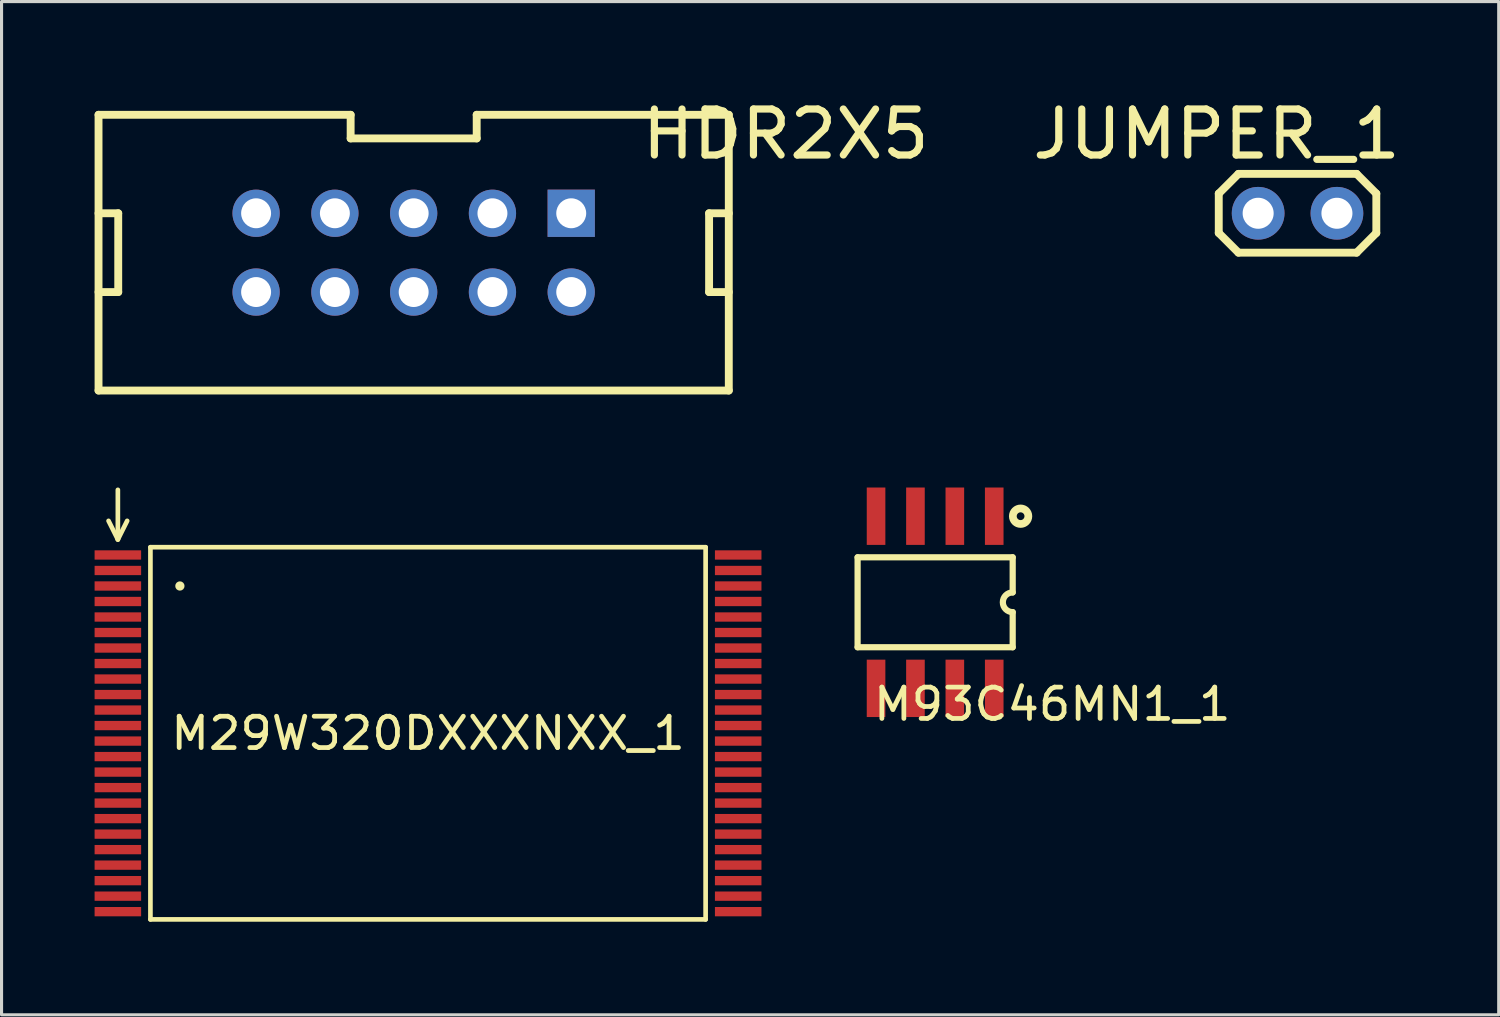
<source format=kicad_pcb>
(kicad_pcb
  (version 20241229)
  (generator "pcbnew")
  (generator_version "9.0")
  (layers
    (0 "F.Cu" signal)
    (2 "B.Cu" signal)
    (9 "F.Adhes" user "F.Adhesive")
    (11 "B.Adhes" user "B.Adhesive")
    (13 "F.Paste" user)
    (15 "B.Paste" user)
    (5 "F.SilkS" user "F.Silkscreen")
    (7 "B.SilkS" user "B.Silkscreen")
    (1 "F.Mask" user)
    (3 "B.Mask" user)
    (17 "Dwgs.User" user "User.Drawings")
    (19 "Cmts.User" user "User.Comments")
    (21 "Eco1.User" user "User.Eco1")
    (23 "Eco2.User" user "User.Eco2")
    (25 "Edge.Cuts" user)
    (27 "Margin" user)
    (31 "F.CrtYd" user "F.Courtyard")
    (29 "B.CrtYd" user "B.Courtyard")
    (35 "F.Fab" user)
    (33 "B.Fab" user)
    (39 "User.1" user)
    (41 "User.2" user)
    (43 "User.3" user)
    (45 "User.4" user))
  (footprint "M93C46MN1_1"
    (layer "F.Cu")
    (at 27.1 16.368)
    (property "Reference" "M93C46MN1_1" (at 3.775 3.286 0) (unlocked yes) (layer "F.SilkS") (effects (font (size 1.01 1.063) (thickness 0.154))))
    (fp_line (start -2.5 -1.45) (end -2.5 1.45) (stroke (width 0.2) (type solid)) (layer "F.SilkS"))
    (fp_line (start 2.5 -1.45) (end -2.5 -1.45) (stroke (width 0.2) (type solid)) (layer "F.SilkS"))
    (fp_line (start 2.5 -1.45) (end 2.5 -0.318) (stroke (width 0.2) (type solid)) (layer "F.SilkS"))
    (fp_line (start 2.5 0.318) (end 2.5 1.45) (stroke (width 0.2) (type solid)) (layer "F.SilkS"))
    (fp_line (start 2.5 1.45) (end -2.5 1.45) (stroke (width 0.2) (type solid)) (layer "F.SilkS"))
    (fp_arc (start 2.5 0.3175) (mid 2.1825 0) (end 2.5 -0.3175) (stroke (width 0.2) (type solid)) (layer "F.SilkS"))
    (fp_arc (start 2.63002 -2.775) (mid 2.88 -2.775) (end 2.63002 -2.775) (stroke (width 0.24999) (type solid)) (layer "F.SilkS"))
    (pad "1" smd rect (at 1.905 -2.775 180) (size 0.6 1.85) (layers "F.Cu" "F.Mask" "F.Paste"))
    (pad "2" smd rect (at 0.635 -2.775 180) (size 0.6 1.85) (layers "F.Cu" "F.Mask" "F.Paste"))
    (pad "3" smd rect (at -0.635 -2.775 180) (size 0.6 1.85) (layers "F.Cu" "F.Mask" "F.Paste"))
    (pad "4" smd rect (at -1.905 -2.775 180) (size 0.6 1.85) (layers "F.Cu" "F.Mask" "F.Paste"))
    (pad "5" smd rect (at -1.905 2.775 180) (size 0.6 1.85) (layers "F.Cu" "F.Mask" "F.Paste"))
    (pad "6" smd rect (at -0.635 2.775 180) (size 0.6 1.85) (layers "F.Cu" "F.Mask" "F.Paste"))
    (pad "7" smd rect (at 0.635 2.775 180) (size 0.6 1.85) (layers "F.Cu" "F.Mask" "F.Paste"))
    (pad "8" smd rect (at 1.905 2.775 180) (size 0.6 1.85) (layers "F.Cu" "F.Mask" "F.Paste")))
  (footprint "JUMPER_1"
    (layer "F.Cu")
    (at 37.514 3.826)
    (property "Reference" "JUMPER_1" (at -1.34 -2.553 0) (unlocked yes) (layer "F.SilkS") (effects (font (size 1.483 1.56) (thickness 0.231))))
    (fp_line (start -1.27 -0.635) (end -0.635 -1.27) (stroke (width 0.254) (type solid)) (layer "F.SilkS"))
    (fp_line (start -1.27 0.635) (end -1.27 -0.635) (stroke (width 0.254) (type solid)) (layer "F.SilkS"))
    (fp_line (start -1.27 0.635) (end -0.635 1.27) (stroke (width 0.254) (type solid)) (layer "F.SilkS"))
    (fp_line (start -0.635 -1.27) (end 3.175 -1.27) (stroke (width 0.254) (type solid)) (layer "F.SilkS"))
    (fp_line (start -0.635 1.27) (end 3.175 1.27) (stroke (width 0.254) (type solid)) (layer "F.SilkS"))
    (fp_line (start 3.175 -1.27) (end 3.81 -0.635) (stroke (width 0.254) (type solid)) (layer "F.SilkS"))
    (fp_line (start 3.175 1.27) (end 3.81 0.635) (stroke (width 0.254) (type solid)) (layer "F.SilkS"))
    (fp_line (start 3.81 0.635) (end 3.81 -0.635) (stroke (width 0.254) (type solid)) (layer "F.SilkS"))
    (pad "1" thru_hole circle (at 0 0) (size 1.7 1.7) (drill 1) (layers "*.Cu" "*.Mask"))
    (pad "2" thru_hole circle (at 2.54 0) (size 1.7 1.7) (drill 1) (layers "*.Cu" "*.Mask")))
  (footprint "M29W320DXXXNXX_1"
    (layer "F.Cu")
    (at 0.75 14.843)
    (property "Reference" "M29W320DXXXNXX_1" (at 10 5.75 0) (unlocked yes) (layer "F.SilkS") (effects (font (size 1.01 1.063) (thickness 0.154))))
    (fp_line (start 0 -0.5) (end -0.3 -1.1) (stroke (width 0.15) (type solid)) (layer "F.SilkS"))
    (fp_line (start 0 -0.5) (end 0 -2.1) (stroke (width 0.15) (type solid)) (layer "F.SilkS"))
    (fp_line (start 0.3 -1.1) (end 0 -0.5) (stroke (width 0.15) (type solid)) (layer "F.SilkS"))
    (fp_line (start 1.05 -0.25) (end 18.95 -0.25) (stroke (width 0.15) (type solid)) (layer "F.SilkS"))
    (fp_line (start 1.05 11.75) (end 1.05 -0.25) (stroke (width 0.15) (type solid)) (layer "F.SilkS"))
    (fp_line (start 18.95 -0.25) (end 18.95 11.75) (stroke (width 0.15) (type solid)) (layer "F.SilkS"))
    (fp_line (start 18.95 11.75) (end 1.05 11.75) (stroke (width 0.15) (type solid)) (layer "F.SilkS"))
    (fp_circle (center 2 1) (end 2 1) (stroke (width 0.15) (type solid)) (fill no) (layer "F.SilkS"))
    (pad "1" smd rect (at 0 0 90) (size 0.3 1.5) (layers "F.Cu" "F.Mask" "F.Paste"))
    (pad "2" smd rect (at 0 0.5 90) (size 0.3 1.5) (layers "F.Cu" "F.Mask" "F.Paste"))
    (pad "3" smd rect (at 0 1 90) (size 0.3 1.5) (layers "F.Cu" "F.Mask" "F.Paste"))
    (pad "4" smd rect (at 0 1.5 90) (size 0.3 1.5) (layers "F.Cu" "F.Mask" "F.Paste"))
    (pad "5" smd rect (at 0 2 90) (size 0.3 1.5) (layers "F.Cu" "F.Mask" "F.Paste"))
    (pad "6" smd rect (at 0 2.5 90) (size 0.3 1.5) (layers "F.Cu" "F.Mask" "F.Paste"))
    (pad "7" smd rect (at 0 3 90) (size 0.3 1.5) (layers "F.Cu" "F.Mask" "F.Paste"))
    (pad "8" smd rect (at 0 3.5 90) (size 0.3 1.5) (layers "F.Cu" "F.Mask" "F.Paste"))
    (pad "9" smd rect (at 0 4 90) (size 0.3 1.5) (layers "F.Cu" "F.Mask" "F.Paste"))
    (pad "10" smd rect (at 0 4.5 90) (size 0.3 1.5) (layers "F.Cu" "F.Mask" "F.Paste"))
    (pad "11" smd rect (at 0 5 90) (size 0.3 1.5) (layers "F.Cu" "F.Mask" "F.Paste"))
    (pad "12" smd rect (at 0 5.5 90) (size 0.3 1.5) (layers "F.Cu" "F.Mask" "F.Paste"))
    (pad "13" smd rect (at 0 6 90) (size 0.3 1.5) (layers "F.Cu" "F.Mask" "F.Paste"))
    (pad "14" smd rect (at 0 6.5 90) (size 0.3 1.5) (layers "F.Cu" "F.Mask" "F.Paste"))
    (pad "15" smd rect (at 0 7 90) (size 0.3 1.5) (layers "F.Cu" "F.Mask" "F.Paste"))
    (pad "16" smd rect (at 0 7.5 90) (size 0.3 1.5) (layers "F.Cu" "F.Mask" "F.Paste"))
    (pad "17" smd rect (at 0 8 90) (size 0.3 1.5) (layers "F.Cu" "F.Mask" "F.Paste"))
    (pad "18" smd rect (at 0 8.5 90) (size 0.3 1.5) (layers "F.Cu" "F.Mask" "F.Paste"))
    (pad "19" smd rect (at 0 9 90) (size 0.3 1.5) (layers "F.Cu" "F.Mask" "F.Paste"))
    (pad "20" smd rect (at 0 9.5 90) (size 0.3 1.5) (layers "F.Cu" "F.Mask" "F.Paste"))
    (pad "21" smd rect (at 0 10 90) (size 0.3 1.5) (layers "F.Cu" "F.Mask" "F.Paste"))
    (pad "22" smd rect (at 0 10.5 90) (size 0.3 1.5) (layers "F.Cu" "F.Mask" "F.Paste"))
    (pad "23" smd rect (at 0 11 90) (size 0.3 1.5) (layers "F.Cu" "F.Mask" "F.Paste"))
    (pad "24" smd rect (at 0 11.5 90) (size 0.3 1.5) (layers "F.Cu" "F.Mask" "F.Paste"))
    (pad "25" smd rect (at 20 11.5 90) (size 0.3 1.5) (layers "F.Cu" "F.Mask" "F.Paste"))
    (pad "26" smd rect (at 20 11 90) (size 0.3 1.5) (layers "F.Cu" "F.Mask" "F.Paste"))
    (pad "27" smd rect (at 20 10.5 90) (size 0.3 1.5) (layers "F.Cu" "F.Mask" "F.Paste"))
    (pad "28" smd rect (at 20 10 90) (size 0.3 1.5) (layers "F.Cu" "F.Mask" "F.Paste"))
    (pad "29" smd rect (at 20 9.5 90) (size 0.3 1.5) (layers "F.Cu" "F.Mask" "F.Paste"))
    (pad "30" smd rect (at 20 9 90) (size 0.3 1.5) (layers "F.Cu" "F.Mask" "F.Paste"))
    (pad "31" smd rect (at 20 8.5 90) (size 0.3 1.5) (layers "F.Cu" "F.Mask" "F.Paste"))
    (pad "32" smd rect (at 20 8 90) (size 0.3 1.5) (layers "F.Cu" "F.Mask" "F.Paste"))
    (pad "33" smd rect (at 20 7.5 90) (size 0.3 1.5) (layers "F.Cu" "F.Mask" "F.Paste"))
    (pad "34" smd rect (at 20 7 90) (size 0.3 1.5) (layers "F.Cu" "F.Mask" "F.Paste"))
    (pad "35" smd rect (at 20 6.5 90) (size 0.3 1.5) (layers "F.Cu" "F.Mask" "F.Paste"))
    (pad "36" smd rect (at 20 6 90) (size 0.3 1.5) (layers "F.Cu" "F.Mask" "F.Paste"))
    (pad "37" smd rect (at 20 5.5 90) (size 0.3 1.5) (layers "F.Cu" "F.Mask" "F.Paste"))
    (pad "38" smd rect (at 20 5 90) (size 0.3 1.5) (layers "F.Cu" "F.Mask" "F.Paste"))
    (pad "39" smd rect (at 20 4.5 90) (size 0.3 1.5) (layers "F.Cu" "F.Mask" "F.Paste"))
    (pad "40" smd rect (at 20 4 90) (size 0.3 1.5) (layers "F.Cu" "F.Mask" "F.Paste"))
    (pad "41" smd rect (at 20 3.5 90) (size 0.3 1.5) (layers "F.Cu" "F.Mask" "F.Paste"))
    (pad "42" smd rect (at 20 3 90) (size 0.3 1.5) (layers "F.Cu" "F.Mask" "F.Paste"))
    (pad "43" smd rect (at 20 2.5 90) (size 0.3 1.5) (layers "F.Cu" "F.Mask" "F.Paste"))
    (pad "44" smd rect (at 20 2 90) (size 0.3 1.5) (layers "F.Cu" "F.Mask" "F.Paste"))
    (pad "45" smd rect (at 20 1.5 90) (size 0.3 1.5) (layers "F.Cu" "F.Mask" "F.Paste"))
    (pad "46" smd rect (at 20 1 90) (size 0.3 1.5) (layers "F.Cu" "F.Mask" "F.Paste"))
    (pad "47" smd rect (at 20 0.5 90) (size 0.3 1.5) (layers "F.Cu" "F.Mask" "F.Paste"))
    (pad "48" smd rect (at 20 0 90) (size 0.3 1.5) (layers "F.Cu" "F.Mask" "F.Paste")))
  (footprint "HDR2X5"
    (layer "F.Cu")
    (at 15.367 3.826)
    (property "Reference" "HDR2X5" (at 6.915 -2.553 0) (unlocked yes) (layer "F.SilkS") (effects (font (size 1.483 1.56) (thickness 0.231))))
    (fp_line (start -15.24 -3.175) (end -7.112 -3.175) (stroke (width 0.254) (type solid)) (layer "F.SilkS"))
    (fp_line (start -15.24 0) (end -14.605 0) (stroke (width 0.254) (type solid)) (layer "F.SilkS"))
    (fp_line (start -15.24 2.54) (end -14.605 2.54) (stroke (width 0.254) (type solid)) (layer "F.SilkS"))
    (fp_line (start -15.24 5.715) (end -15.24 -3.175) (stroke (width 0.254) (type solid)) (layer "F.SilkS"))
    (fp_line (start -15.24 5.715) (end 5.08 5.715) (stroke (width 0.254) (type solid)) (layer "F.SilkS"))
    (fp_line (start -14.605 2.54) (end -14.605 0) (stroke (width 0.254) (type solid)) (layer "F.SilkS"))
    (fp_line (start -7.112 -2.413) (end -7.112 -3.175) (stroke (width 0.254) (type solid)) (layer "F.SilkS"))
    (fp_line (start -7.112 -2.413) (end -3.048 -2.413) (stroke (width 0.254) (type solid)) (layer "F.SilkS"))
    (fp_line (start -3.048 -3.175) (end 5.08 -3.175) (stroke (width 0.254) (type solid)) (layer "F.SilkS"))
    (fp_line (start -3.048 -2.413) (end -3.048 -3.175) (stroke (width 0.254) (type solid)) (layer "F.SilkS"))
    (fp_line (start 4.445 0) (end 5.08 0) (stroke (width 0.254) (type solid)) (layer "F.SilkS"))
    (fp_line (start 4.445 2.54) (end 4.445 0) (stroke (width 0.254) (type solid)) (layer "F.SilkS"))
    (fp_line (start 4.445 2.54) (end 5.08 2.54) (stroke (width 0.254) (type solid)) (layer "F.SilkS"))
    (fp_line (start 5.08 5.715) (end 5.08 -3.175) (stroke (width 0.254) (type solid)) (layer "F.SilkS"))
    (pad "1" thru_hole rect (at 0 0) (size 1.524 1.524) (drill 0.965) (layers "*.Cu" "*.Mask"))
    (pad "2" thru_hole circle (at 0 2.54) (size 1.524 1.524) (drill 0.965) (layers "*.Cu" "*.Mask"))
    (pad "3" thru_hole circle (at -2.54 0) (size 1.524 1.524) (drill 0.965) (layers "*.Cu" "*.Mask"))
    (pad "4" thru_hole circle (at -2.54 2.54) (size 1.524 1.524) (drill 0.965) (layers "*.Cu" "*.Mask"))
    (pad "5" thru_hole circle (at -5.08 0) (size 1.524 1.524) (drill 0.965) (layers "*.Cu" "*.Mask"))
    (pad "6" thru_hole circle (at -5.08 2.54) (size 1.524 1.524) (drill 0.965) (layers "*.Cu" "*.Mask"))
    (pad "7" thru_hole circle (at -7.62 0) (size 1.524 1.524) (drill 0.965) (layers "*.Cu" "*.Mask"))
    (pad "8" thru_hole circle (at -7.62 2.54) (size 1.524 1.524) (drill 0.965) (layers "*.Cu" "*.Mask"))
    (pad "9" thru_hole circle (at -10.16 0) (size 1.524 1.524) (drill 0.965) (layers "*.Cu" "*.Mask"))
    (pad "10" thru_hole circle (at -10.16 2.54) (size 1.524 1.524) (drill 0.965) (layers "*.Cu" "*.Mask")))
  (gr_rect
    (start -3 -3)
    (end 45.27 29.668)
    (stroke (width 0.1) (type default))
    (fill no)
    (layer "Edge.Cuts")))
</source>
